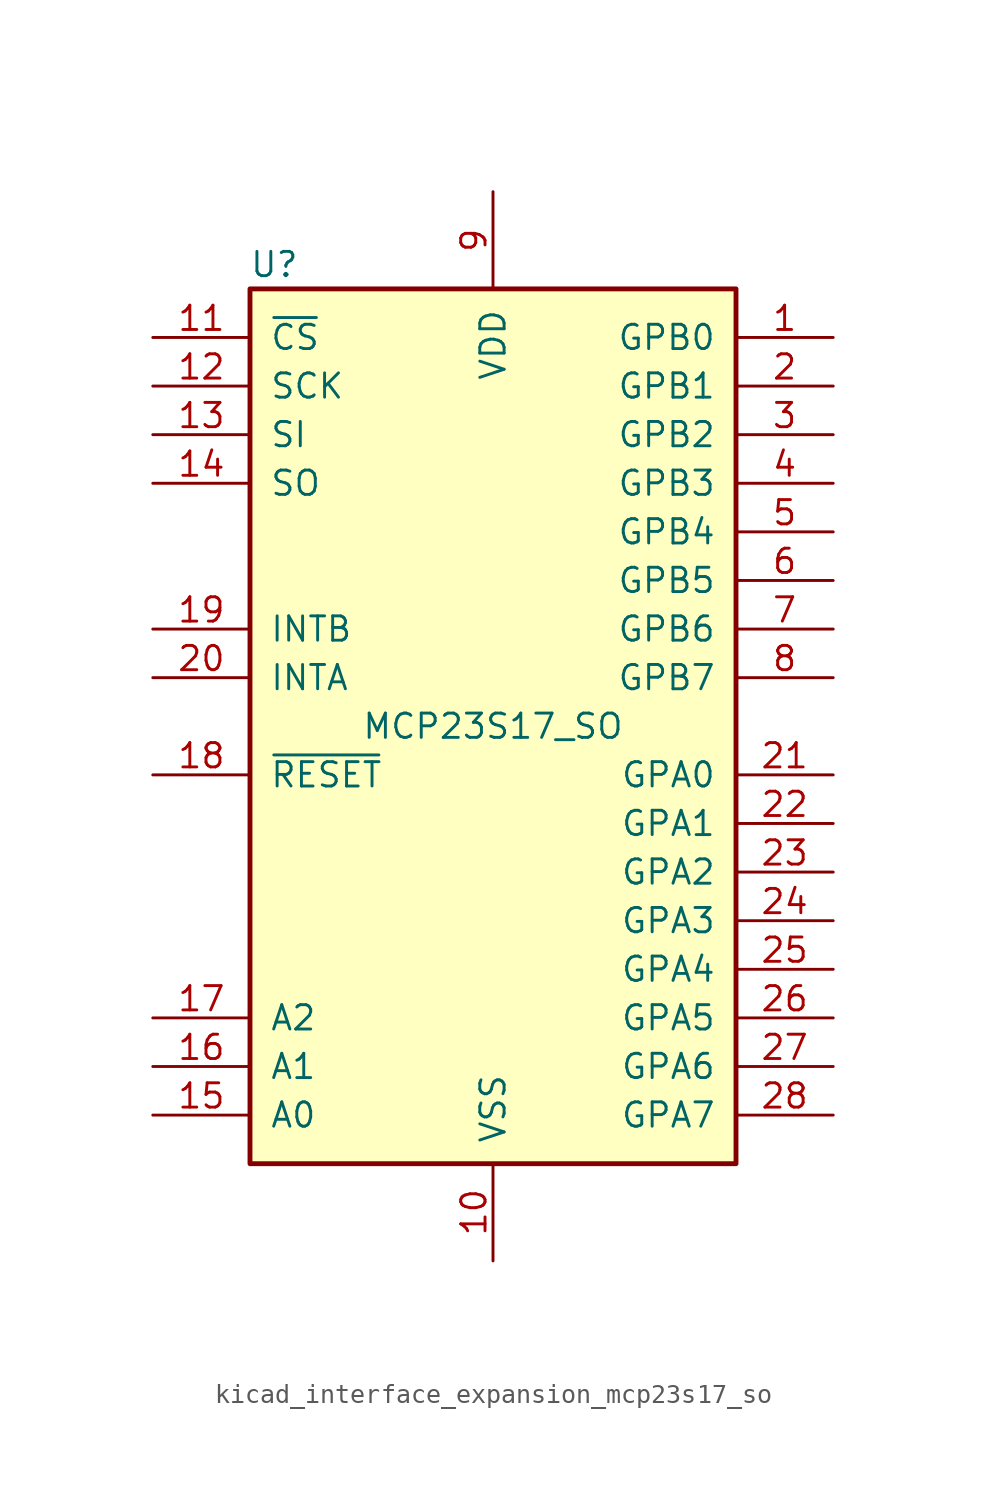
<source format=kicad_sym>
(kicad_symbol_lib
  (version 20220914)
  (generator kicad_symbol_editor)
  (symbol "kicad_interface_expansion_mcp23s17_so"
    (pin_names
      (offset 1.016))
    (property "Reference" "U"
      (at -11.43 24.13 0)
      (effects (font (size 1.27 1.27))))
    (property "Value" "MCP23S17_SO"
      (at 0 0 0)
      (effects (font (size 1.27 1.27))))
    (symbol "kicad_interface_expansion_mcp23s17_so_0_1"
      (rectangle (start -12.7 22.86) (end 12.7 -22.86) (stroke (width 0.254) (type default)) (fill (type background))))
    (symbol "kicad_interface_expansion_mcp23s17_so_1_1"
      (pin bidirectional line (at 17.78 20.32 180) (length 5.08) (name "GPB0" (effects (font (size 1.27 1.27)))) (number "1" (effects (font (size 1.27 1.27)))))
      (pin power_in line (at 0 -27.94 90) (length 5.08) (name "VSS" (effects (font (size 1.27 1.27)))) (number "10" (effects (font (size 1.27 1.27)))))
      (pin input line (at -17.78 20.32 0) (length 5.08) (name "~{CS}" (effects (font (size 1.27 1.27)))) (number "11" (effects (font (size 1.27 1.27)))))
      (pin input line (at -17.78 17.78 0) (length 5.08) (name "SCK" (effects (font (size 1.27 1.27)))) (number "12" (effects (font (size 1.27 1.27)))))
      (pin input line (at -17.78 15.24 0) (length 5.08) (name "SI" (effects (font (size 1.27 1.27)))) (number "13" (effects (font (size 1.27 1.27)))))
      (pin output line (at -17.78 12.7 0) (length 5.08) (name "SO" (effects (font (size 1.27 1.27)))) (number "14" (effects (font (size 1.27 1.27)))))
      (pin input line (at -17.78 -20.32 0) (length 5.08) (name "A0" (effects (font (size 1.27 1.27)))) (number "15" (effects (font (size 1.27 1.27)))))
      (pin input line (at -17.78 -17.78 0) (length 5.08) (name "A1" (effects (font (size 1.27 1.27)))) (number "16" (effects (font (size 1.27 1.27)))))
      (pin input line (at -17.78 -15.24 0) (length 5.08) (name "A2" (effects (font (size 1.27 1.27)))) (number "17" (effects (font (size 1.27 1.27)))))
      (pin input line (at -17.78 -2.54 0) (length 5.08) (name "~{RESET}" (effects (font (size 1.27 1.27)))) (number "18" (effects (font (size 1.27 1.27)))))
      (pin tri_state line (at -17.78 5.08 0) (length 5.08) (name "INTB" (effects (font (size 1.27 1.27)))) (number "19" (effects (font (size 1.27 1.27)))))
      (pin bidirectional line (at 17.78 17.78 180) (length 5.08) (name "GPB1" (effects (font (size 1.27 1.27)))) (number "2" (effects (font (size 1.27 1.27)))))
      (pin tri_state line (at -17.78 2.54 0) (length 5.08) (name "INTA" (effects (font (size 1.27 1.27)))) (number "20" (effects (font (size 1.27 1.27)))))
      (pin bidirectional line (at 17.78 -2.54 180) (length 5.08) (name "GPA0" (effects (font (size 1.27 1.27)))) (number "21" (effects (font (size 1.27 1.27)))))
      (pin bidirectional line (at 17.78 -5.08 180) (length 5.08) (name "GPA1" (effects (font (size 1.27 1.27)))) (number "22" (effects (font (size 1.27 1.27)))))
      (pin bidirectional line (at 17.78 -7.62 180) (length 5.08) (name "GPA2" (effects (font (size 1.27 1.27)))) (number "23" (effects (font (size 1.27 1.27)))))
      (pin bidirectional line (at 17.78 -10.16 180) (length 5.08) (name "GPA3" (effects (font (size 1.27 1.27)))) (number "24" (effects (font (size 1.27 1.27)))))
      (pin bidirectional line (at 17.78 -12.7 180) (length 5.08) (name "GPA4" (effects (font (size 1.27 1.27)))) (number "25" (effects (font (size 1.27 1.27)))))
      (pin bidirectional line (at 17.78 -15.24 180) (length 5.08) (name "GPA5" (effects (font (size 1.27 1.27)))) (number "26" (effects (font (size 1.27 1.27)))))
      (pin bidirectional line (at 17.78 -17.78 180) (length 5.08) (name "GPA6" (effects (font (size 1.27 1.27)))) (number "27" (effects (font (size 1.27 1.27)))))
      (pin bidirectional line (at 17.78 -20.32 180) (length 5.08) (name "GPA7" (effects (font (size 1.27 1.27)))) (number "28" (effects (font (size 1.27 1.27)))))
      (pin bidirectional line (at 17.78 15.24 180) (length 5.08) (name "GPB2" (effects (font (size 1.27 1.27)))) (number "3" (effects (font (size 1.27 1.27)))))
      (pin bidirectional line (at 17.78 12.7 180) (length 5.08) (name "GPB3" (effects (font (size 1.27 1.27)))) (number "4" (effects (font (size 1.27 1.27)))))
      (pin bidirectional line (at 17.78 10.16 180) (length 5.08) (name "GPB4" (effects (font (size 1.27 1.27)))) (number "5" (effects (font (size 1.27 1.27)))))
      (pin bidirectional line (at 17.78 7.62 180) (length 5.08) (name "GPB5" (effects (font (size 1.27 1.27)))) (number "6" (effects (font (size 1.27 1.27)))))
      (pin bidirectional line (at 17.78 5.08 180) (length 5.08) (name "GPB6" (effects (font (size 1.27 1.27)))) (number "7" (effects (font (size 1.27 1.27)))))
      (pin bidirectional line (at 17.78 2.54 180) (length 5.08) (name "GPB7" (effects (font (size 1.27 1.27)))) (number "8" (effects (font (size 1.27 1.27)))))
      (pin power_in line (at 0 27.94 270) (length 5.08) (name "VDD" (effects (font (size 1.27 1.27)))) (number "9" (effects (font (size 1.27 1.27))))))))
</source>
